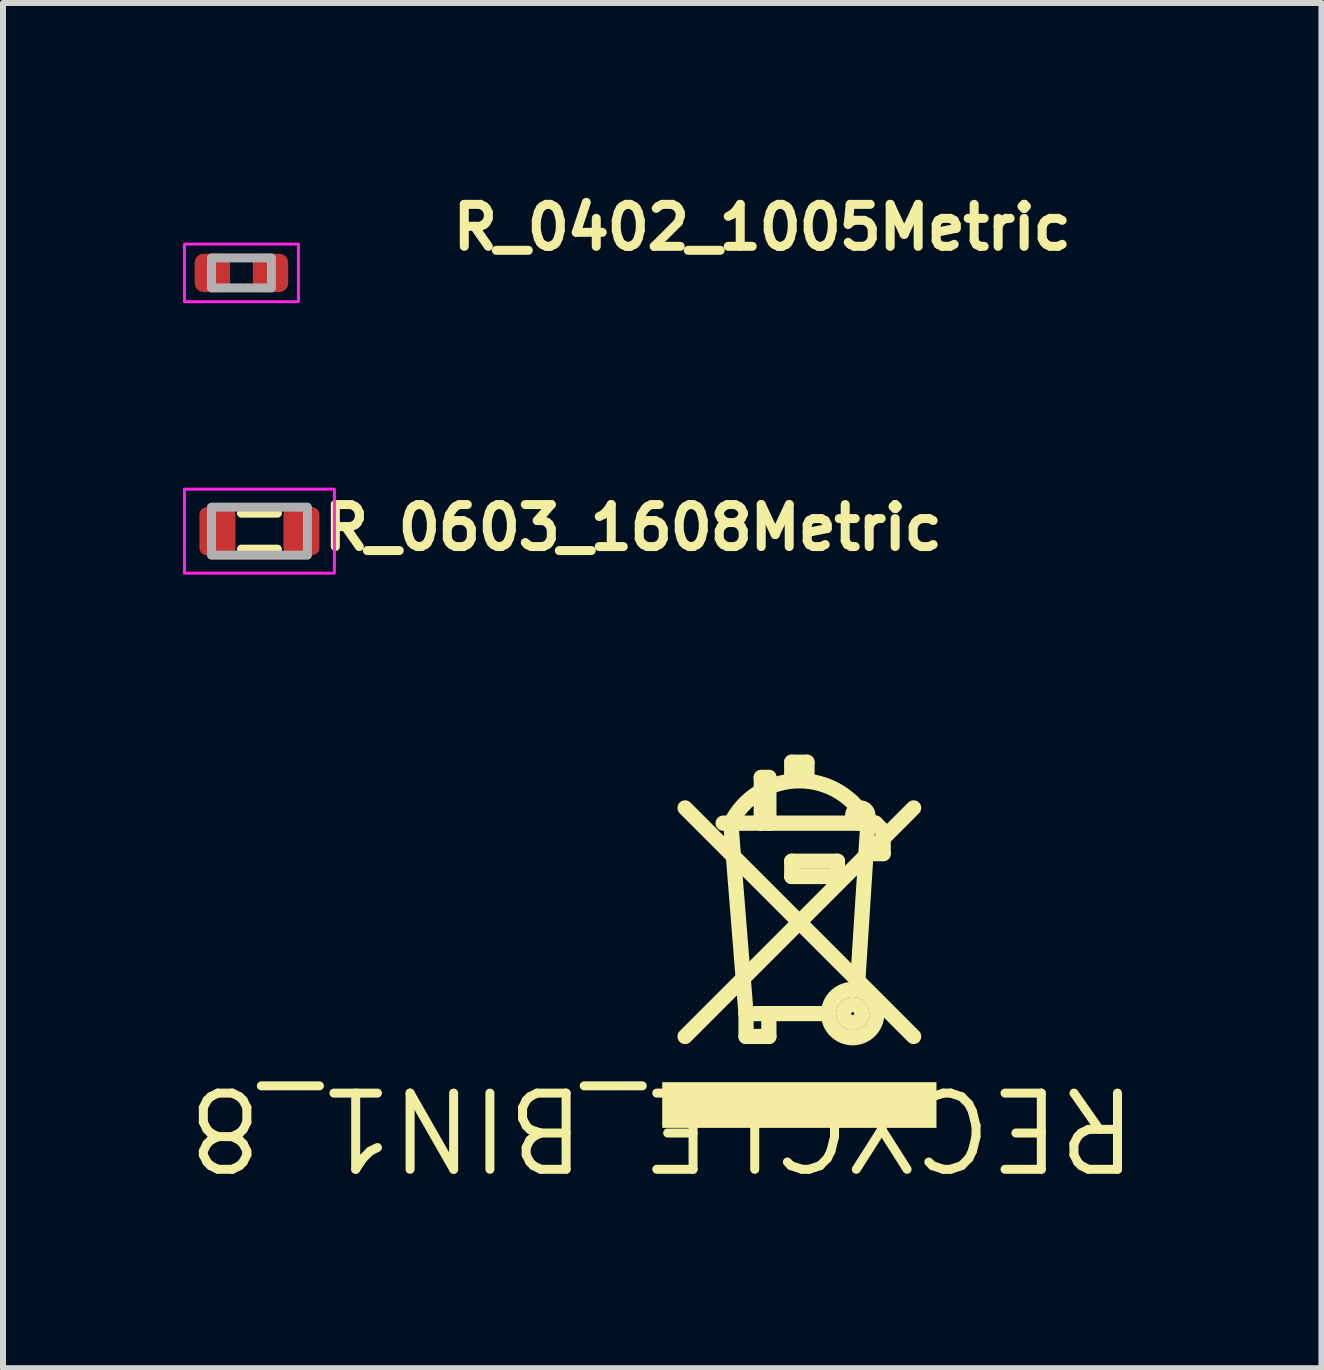
<source format=kicad_pcb>
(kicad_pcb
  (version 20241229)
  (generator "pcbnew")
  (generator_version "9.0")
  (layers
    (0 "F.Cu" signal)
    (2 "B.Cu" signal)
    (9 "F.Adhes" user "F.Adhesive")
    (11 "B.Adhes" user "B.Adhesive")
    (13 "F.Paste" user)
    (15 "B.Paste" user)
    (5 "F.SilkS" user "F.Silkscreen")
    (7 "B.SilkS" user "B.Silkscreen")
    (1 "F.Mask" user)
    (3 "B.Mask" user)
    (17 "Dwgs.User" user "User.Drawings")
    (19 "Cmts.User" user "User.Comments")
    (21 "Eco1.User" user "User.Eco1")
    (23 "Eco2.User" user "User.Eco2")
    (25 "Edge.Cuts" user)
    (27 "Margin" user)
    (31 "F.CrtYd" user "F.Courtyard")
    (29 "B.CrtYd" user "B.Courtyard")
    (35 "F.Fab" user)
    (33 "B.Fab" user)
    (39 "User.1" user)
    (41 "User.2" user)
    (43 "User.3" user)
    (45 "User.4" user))
  (footprint "R_0402_1005Metric"
    (layer "F.Cu")
    (at 0.975 1.5)
    (property "Reference" "R_0402_1005Metric" (at 3.45 -0.35 180) (layer "F.SilkS") (effects (font (size 0.7 0.7) (thickness 0.15)) (justify left bottom)))
    (attr smd)
    (fp_rect (start 0.95 0.48) (end -0.95 -0.48) (stroke (width 0.05) (type solid)) (fill no) (layer "F.CrtYd"))
    (fp_rect (start 0.5 0.25) (end -0.5 -0.25) (stroke (width 0.15) (type solid)) (fill no) (layer "F.Fab"))
    (fp_rect (start 0.5 0.25) (end -0.5 -0.25) (stroke (width 0.1) (type solid)) (fill no) (layer "User.5"))
    (fp_line (start -0.5 -0.25) (end -0.5 0.248) (stroke (width 0.02) (type solid)) (layer "User.9"))
    (fp_line (start -0.5 -0.25) (end -0.25 -0.25) (stroke (width 0.02) (type solid)) (layer "User.9"))
    (fp_line (start -0.5 0.248) (end -0.25 0.248) (stroke (width 0.02) (type solid)) (layer "User.9"))
    (fp_line (start -0.25 -0.25) (end -0.25 0.248) (stroke (width 0.02) (type solid)) (layer "User.9"))
    (fp_line (start -0.25 -0.232) (end 0.248 -0.232) (stroke (width 0.02) (type solid)) (layer "User.9"))
    (fp_line (start -0.25 0.23) (end 0.248 0.23) (stroke (width 0.02) (type solid)) (layer "User.9"))
    (fp_line (start 0.248 -0.25) (end 0.498 -0.25) (stroke (width 0.02) (type solid)) (layer "User.9"))
    (fp_line (start 0.248 0.248) (end 0.248 -0.25) (stroke (width 0.02) (type solid)) (layer "User.9"))
    (fp_line (start 0.498 -0.25) (end 0.498 0.248) (stroke (width 0.02) (type solid)) (layer "User.9"))
    (fp_line (start 0.498 0.248) (end 0.248 0.248) (stroke (width 0.02) (type solid)) (layer "User.9"))
    (pad "1" smd roundrect (at -0.485 0 180) (size 0.59 0.64) (layers "F.Cu" "F.Mask" "F.Paste") (roundrect_rratio 0.25))
    (pad "2" smd roundrect (at 0.485 0 180) (size 0.59 0.64) (layers "F.Cu" "F.Mask" "F.Paste") (roundrect_rratio 0.25)))
  (footprint "R_0603_1608Metric"
    (layer "F.Cu")
    (at 1.275 5.805)
    (property "Reference" "R_0603_1608Metric" (at 1 0.35 180) (layer "F.SilkS") (effects (font (size 0.7 0.7) (thickness 0.15)) (justify left bottom)))
    (attr smd)
    (fp_line (start 0.3 -0.3) (end -0.3 -0.3) (stroke (width 0.15) (type solid)) (layer "F.SilkS"))
    (fp_line (start 0.3 0.3) (end -0.3 0.3) (stroke (width 0.15) (type solid)) (layer "F.SilkS"))
    (fp_rect (start 1.25 0.7) (end -1.25 -0.7) (stroke (width 0.05) (type solid)) (fill no) (layer "F.CrtYd"))
    (fp_rect (start 0.8 0.4) (end -0.8 -0.4) (stroke (width 0.15) (type solid)) (fill no) (layer "F.Fab"))
    (fp_rect (start 0.8 0.4) (end -0.8 -0.4) (stroke (width 0.1) (type solid)) (fill no) (layer "User.5"))
    (fp_line (start -0.802 0.396) (end -0.802 -0.398) (stroke (width 0.02) (type solid)) (layer "User.9"))
    (fp_line (start -0.802 0.396) (end -0.5 0.396) (stroke (width 0.02) (type solid)) (layer "User.9"))
    (fp_line (start -0.5 -0.398) (end -0.802 -0.398) (stroke (width 0.02) (type solid)) (layer "User.9"))
    (fp_line (start -0.5 0.4) (end -0.5 -0.402) (stroke (width 0.02) (type solid)) (layer "User.9"))
    (fp_line (start -0.5 0.4) (end 0.498 0.4) (stroke (width 0.02) (type solid)) (layer "User.9"))
    (fp_line (start 0.498 -0.402) (end -0.5 -0.402) (stroke (width 0.02) (type solid)) (layer "User.9"))
    (fp_line (start 0.498 0.396) (end 0.8 0.396) (stroke (width 0.02) (type solid)) (layer "User.9"))
    (fp_line (start 0.498 0.4) (end 0.498 -0.402) (stroke (width 0.02) (type solid)) (layer "User.9"))
    (fp_line (start 0.8 -0.398) (end 0.498 -0.398) (stroke (width 0.02) (type solid)) (layer "User.9"))
    (fp_line (start 0.8 0.396) (end 0.8 -0.398) (stroke (width 0.02) (type solid)) (layer "User.9"))
    (pad "1" smd roundrect (at -0.7 0 180) (size 0.6 0.8) (layers "F.Cu" "F.Mask" "F.Paste") (roundrect_rratio 0.2))
    (pad "2" smd roundrect (at 0.7 0 180) (size 0.6 0.8) (layers "F.Cu" "F.Mask" "F.Paste") (roundrect_rratio 0.2)))
  (footprint "RECYCLE_BIN1_8"
    (layer "F.Cu")
    (at 7.99 15.753)
    (property "Reference" "RECYCLE_BIN1_8" (at 0 0 180) (unlocked yes) (layer "F.SilkS") (effects (font (size 1.27 1.27) (thickness 0.15))))
    (fp_line (start 0.381 -5.334) (end 4.191 -1.524) (stroke (width 0.254) (type solid)) (layer "F.SilkS"))
    (fp_line (start 1.143 -5.08) (end 1.016 -5.08) (stroke (width 0.254) (type solid)) (layer "F.SilkS"))
    (fp_line (start 1.143 -5.08) (end 1.651 -5.08) (stroke (width 0.254) (type solid)) (layer "F.SilkS"))
    (fp_line (start 1.397 -1.905) (end 1.143 -5.08) (stroke (width 0.254) (type solid)) (layer "F.SilkS"))
    (fp_line (start 1.397 -1.905) (end 1.397 -1.524) (stroke (width 0.254) (type solid)) (layer "F.SilkS"))
    (fp_line (start 1.397 -1.524) (end 1.778 -1.524) (stroke (width 0.254) (type solid)) (layer "F.SilkS"))
    (fp_line (start 1.651 -5.842) (end 1.651 -5.08) (stroke (width 0.254) (type solid)) (layer "F.SilkS"))
    (fp_line (start 1.651 -5.842) (end 1.778 -5.842) (stroke (width 0.254) (type solid)) (layer "F.SilkS"))
    (fp_line (start 1.651 -5.08) (end 1.778 -5.08) (stroke (width 0.254) (type solid)) (layer "F.SilkS"))
    (fp_line (start 1.778 -5.842) (end 1.778 -5.08) (stroke (width 0.254) (type solid)) (layer "F.SilkS"))
    (fp_line (start 1.778 -5.08) (end 3.429 -5.08) (stroke (width 0.254) (type solid)) (layer "F.SilkS"))
    (fp_line (start 1.778 -1.905) (end 1.397 -1.905) (stroke (width 0.254) (type solid)) (layer "F.SilkS"))
    (fp_line (start 1.778 -1.524) (end 1.778 -1.905) (stroke (width 0.254) (type solid)) (layer "F.SilkS"))
    (fp_line (start 2.159 -6.096) (end 2.159 -5.842) (stroke (width 0.254) (type solid)) (layer "F.SilkS"))
    (fp_line (start 2.159 -5.842) (end 2.413 -5.842) (stroke (width 0.254) (type solid)) (layer "F.SilkS"))
    (fp_line (start 2.159 -4.445) (end 2.159 -4.191) (stroke (width 0.254) (type solid)) (layer "F.SilkS"))
    (fp_line (start 2.159 -4.191) (end 2.921 -4.191) (stroke (width 0.254) (type solid)) (layer "F.SilkS"))
    (fp_line (start 2.413 -6.096) (end 2.159 -6.096) (stroke (width 0.254) (type solid)) (layer "F.SilkS"))
    (fp_line (start 2.413 -5.842) (end 2.413 -6.096) (stroke (width 0.254) (type solid)) (layer "F.SilkS"))
    (fp_line (start 2.769 -1.905) (end 1.778 -1.905) (stroke (width 0.254) (type solid)) (layer "F.SilkS"))
    (fp_line (start 2.921 -4.445) (end 2.159 -4.445) (stroke (width 0.254) (type solid)) (layer "F.SilkS"))
    (fp_line (start 2.921 -4.191) (end 2.921 -4.445) (stroke (width 0.254) (type solid)) (layer "F.SilkS"))
    (fp_line (start 3.429 -5.08) (end 3.251 -2.311) (stroke (width 0.254) (type solid)) (layer "F.SilkS"))
    (fp_line (start 3.429 -5.08) (end 3.556 -5.08) (stroke (width 0.254) (type solid)) (layer "F.SilkS"))
    (fp_line (start 3.429 -4.572) (end 0.381 -1.524) (stroke (width 0.254) (type solid)) (layer "F.SilkS"))
    (fp_line (start 3.556 -5.08) (end 3.683 -4.953) (stroke (width 0.254) (type solid)) (layer "F.SilkS"))
    (fp_line (start 3.683 -4.953) (end 3.683 -4.572) (stroke (width 0.254) (type solid)) (layer "F.SilkS"))
    (fp_line (start 3.683 -4.572) (end 3.429 -4.572) (stroke (width 0.254) (type solid)) (layer "F.SilkS"))
    (fp_line (start 4.191 -5.334) (end 3.429 -4.572) (stroke (width 0.254) (type solid)) (layer "F.SilkS"))
    (fp_arc (start 1.143 -5.08) (mid 2.286 -5.786413) (end 3.429 -5.08) (stroke (width 0.254) (type solid)) (layer "F.SilkS"))
    (fp_circle (center 3.175 -1.905) (end 3.2 -1.905) (stroke (width 0.254) (type solid)) (fill no) (layer "F.SilkS"))
    (fp_circle (center 3.175 -1.905) (end 3.577 -1.905) (stroke (width 0.254) (type solid)) (fill no) (layer "F.SilkS"))
    (fp_circle (center 3.302 -5.207) (end 3.429 -5.207) (stroke (width 0.254) (type solid)) (fill no) (layer "F.SilkS"))
    (fp_poly (pts (xy 0 0) (xy 4.572 0) (xy 4.572 -0.762) (xy 0 -0.762)) (stroke (width 0) (type default)) (fill yes) (layer "F.SilkS")))
  (gr_rect
    (start -3 -3)
    (end 18.98 19.759)
    (stroke (width 0.1) (type default))
    (fill no)
    (layer "Edge.Cuts")))
</source>
